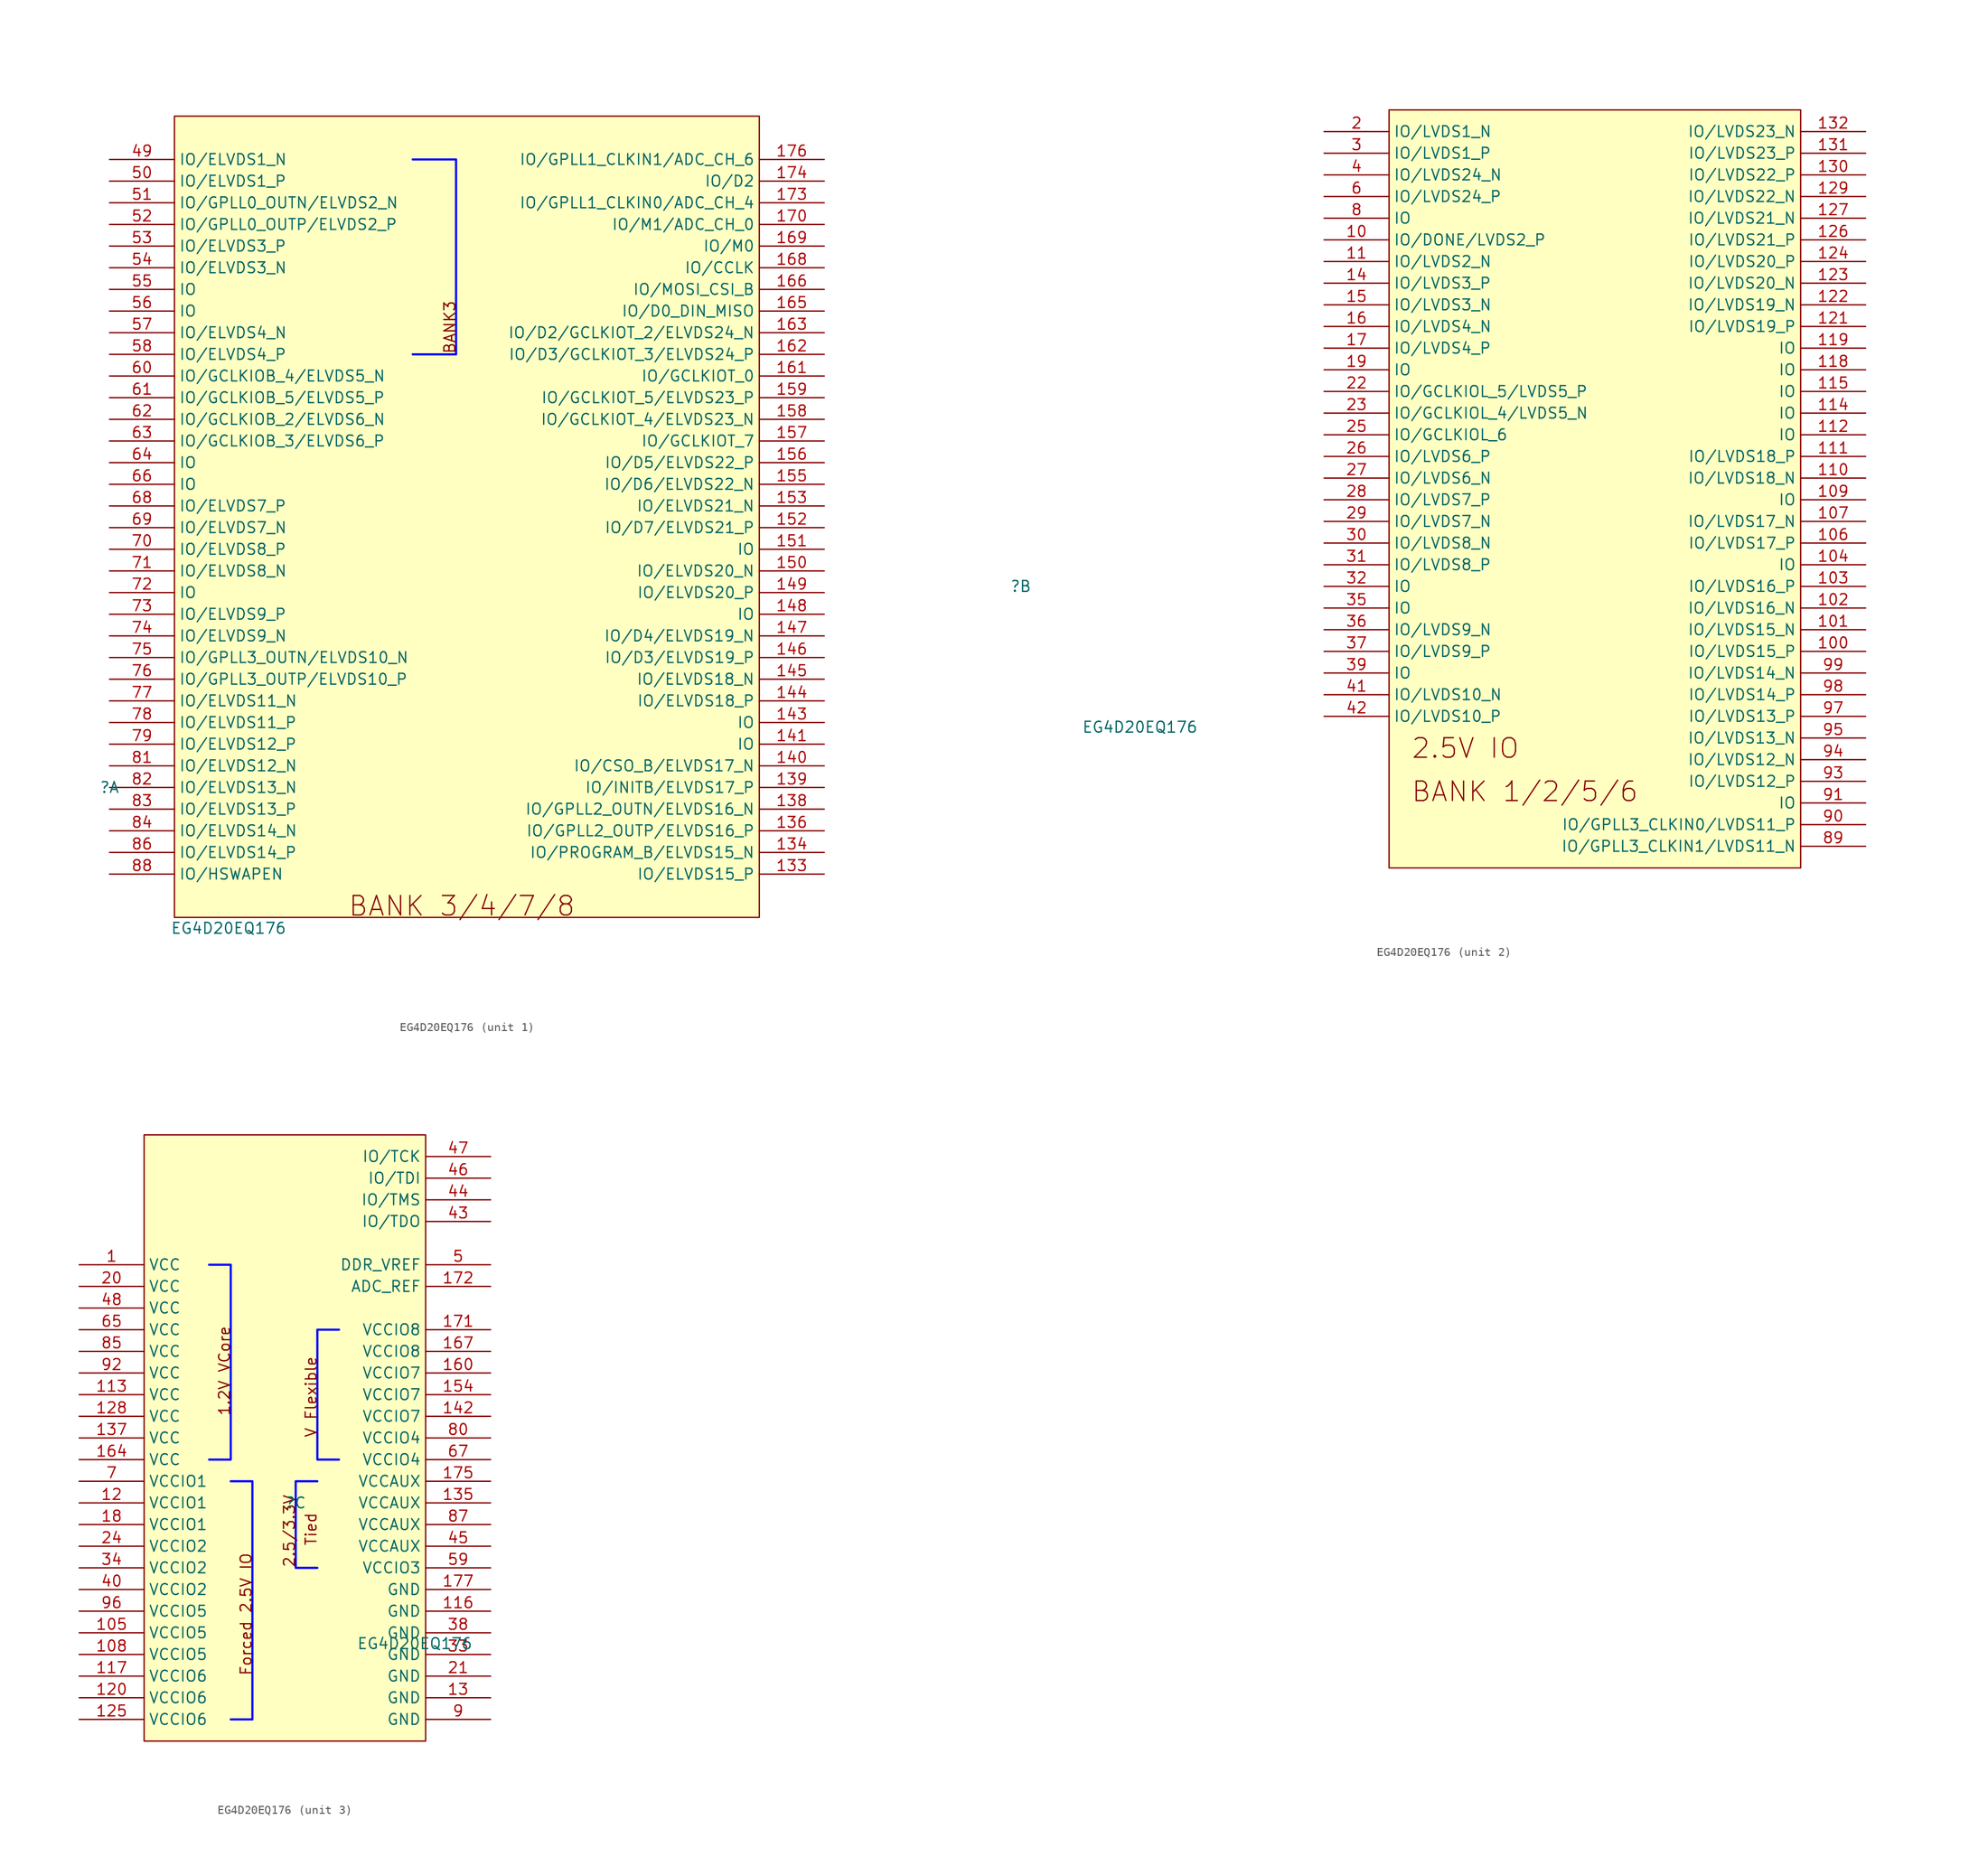
<source format=kicad_sym>
(kicad_symbol_lib
  (version 20220914)
  (generator kicad_symbol_editor)
  (symbol "EG4D20EQ176"
    (property "Reference" ""
      (at 0 0 0)
      (effects (font (size 1.27 1.27))))
    (property "Value" "EG4D20EQ176"
      (at 13.97 -16.51 0)
      (effects (font (size 1.27 1.27))))
    (symbol "EG4D20EQ176_1_0"
      (polyline (pts (xy 35.56 73.66) (xy 40.64 73.66) (xy 40.64 50.8) (xy 35.56 50.8)) (stroke (width 0.254) (type solid) (color 0 0 255 1)) (fill (type none)))
      (rectangle (start 7.62 78.74) (end 76.2 -15.24) (stroke (width 0) (type solid)) (fill (type background)))
      (text "BANK 3/4/7/8" (at 27.94 -15.24 0) (effects (font (size 2.286 2.286)) (justify left bottom)))
      (text "BANK3" (at 40.64 50.8 900) (effects (font (size 1.27 1.27)) (justify left bottom)))
      (pin passive line (at 83.82 -10.16 180) (length 7.62) (name "IO/ELVDS15_P" (effects (font (size 1.27 1.27)))) (number "133" (effects (font (size 1.27 1.27)))))
      (pin passive line (at 83.82 -7.62 180) (length 7.62) (name "IO/PROGRAM_B/ELVDS15_N" (effects (font (size 1.27 1.27)))) (number "134" (effects (font (size 1.27 1.27)))))
      (pin passive line (at 83.82 -5.08 180) (length 7.62) (name "IO/GPLL2_OUTP/ELVDS16_P" (effects (font (size 1.27 1.27)))) (number "136" (effects (font (size 1.27 1.27)))))
      (pin passive line (at 83.82 -2.54 180) (length 7.62) (name "IO/GPLL2_OUTN/ELVDS16_N" (effects (font (size 1.27 1.27)))) (number "138" (effects (font (size 1.27 1.27)))))
      (pin passive line (at 83.82 0 180) (length 7.62) (name "IO/INITB/ELVDS17_P" (effects (font (size 1.27 1.27)))) (number "139" (effects (font (size 1.27 1.27)))))
      (pin passive line (at 83.82 2.54 180) (length 7.62) (name "IO/CSO_B/ELVDS17_N" (effects (font (size 1.27 1.27)))) (number "140" (effects (font (size 1.27 1.27)))))
      (pin passive line (at 83.82 5.08 180) (length 7.62) (name "IO" (effects (font (size 1.27 1.27)))) (number "141" (effects (font (size 1.27 1.27)))))
      (pin passive line (at 83.82 7.62 180) (length 7.62) (name "IO" (effects (font (size 1.27 1.27)))) (number "143" (effects (font (size 1.27 1.27)))))
      (pin passive line (at 83.82 10.16 180) (length 7.62) (name "IO/ELVDS18_P" (effects (font (size 1.27 1.27)))) (number "144" (effects (font (size 1.27 1.27)))))
      (pin passive line (at 83.82 12.7 180) (length 7.62) (name "IO/ELVDS18_N" (effects (font (size 1.27 1.27)))) (number "145" (effects (font (size 1.27 1.27)))))
      (pin passive line (at 83.82 15.24 180) (length 7.62) (name "IO/D3/ELVDS19_P" (effects (font (size 1.27 1.27)))) (number "146" (effects (font (size 1.27 1.27)))))
      (pin passive line (at 83.82 17.78 180) (length 7.62) (name "IO/D4/ELVDS19_N" (effects (font (size 1.27 1.27)))) (number "147" (effects (font (size 1.27 1.27)))))
      (pin passive line (at 83.82 20.32 180) (length 7.62) (name "IO" (effects (font (size 1.27 1.27)))) (number "148" (effects (font (size 1.27 1.27)))))
      (pin passive line (at 83.82 22.86 180) (length 7.62) (name "IO/ELVDS20_P" (effects (font (size 1.27 1.27)))) (number "149" (effects (font (size 1.27 1.27)))))
      (pin passive line (at 83.82 25.4 180) (length 7.62) (name "IO/ELVDS20_N" (effects (font (size 1.27 1.27)))) (number "150" (effects (font (size 1.27 1.27)))))
      (pin passive line (at 83.82 27.94 180) (length 7.62) (name "IO" (effects (font (size 1.27 1.27)))) (number "151" (effects (font (size 1.27 1.27)))))
      (pin passive line (at 83.82 30.48 180) (length 7.62) (name "IO/D7/ELVDS21_P" (effects (font (size 1.27 1.27)))) (number "152" (effects (font (size 1.27 1.27)))))
      (pin passive line (at 83.82 33.02 180) (length 7.62) (name "IO/ELVDS21_N" (effects (font (size 1.27 1.27)))) (number "153" (effects (font (size 1.27 1.27)))))
      (pin passive line (at 83.82 35.56 180) (length 7.62) (name "IO/D6/ELVDS22_N" (effects (font (size 1.27 1.27)))) (number "155" (effects (font (size 1.27 1.27)))))
      (pin passive line (at 83.82 38.1 180) (length 7.62) (name "IO/D5/ELVDS22_P" (effects (font (size 1.27 1.27)))) (number "156" (effects (font (size 1.27 1.27)))))
      (pin passive line (at 83.82 40.64 180) (length 7.62) (name "IO/GCLKIOT_7" (effects (font (size 1.27 1.27)))) (number "157" (effects (font (size 1.27 1.27)))))
      (pin passive line (at 83.82 43.18 180) (length 7.62) (name "IO/GCLKIOT_4/ELVDS23_N" (effects (font (size 1.27 1.27)))) (number "158" (effects (font (size 1.27 1.27)))))
      (pin passive line (at 83.82 45.72 180) (length 7.62) (name "IO/GCLKIOT_5/ELVDS23_P" (effects (font (size 1.27 1.27)))) (number "159" (effects (font (size 1.27 1.27)))))
      (pin passive line (at 83.82 48.26 180) (length 7.62) (name "IO/GCLKIOT_0" (effects (font (size 1.27 1.27)))) (number "161" (effects (font (size 1.27 1.27)))))
      (pin passive line (at 83.82 50.8 180) (length 7.62) (name "IO/D3/GCLKIOT_3/ELVDS24_P" (effects (font (size 1.27 1.27)))) (number "162" (effects (font (size 1.27 1.27)))))
      (pin passive line (at 83.82 53.34 180) (length 7.62) (name "IO/D2/GCLKIOT_2/ELVDS24_N" (effects (font (size 1.27 1.27)))) (number "163" (effects (font (size 1.27 1.27)))))
      (pin passive line (at 83.82 55.88 180) (length 7.62) (name "IO/D0_DIN_MISO" (effects (font (size 1.27 1.27)))) (number "165" (effects (font (size 1.27 1.27)))))
      (pin passive line (at 83.82 58.42 180) (length 7.62) (name "IO/MOSI_CSI_B" (effects (font (size 1.27 1.27)))) (number "166" (effects (font (size 1.27 1.27)))))
      (pin passive line (at 83.82 60.96 180) (length 7.62) (name "IO/CCLK" (effects (font (size 1.27 1.27)))) (number "168" (effects (font (size 1.27 1.27)))))
      (pin passive line (at 83.82 63.5 180) (length 7.62) (name "IO/M0" (effects (font (size 1.27 1.27)))) (number "169" (effects (font (size 1.27 1.27)))))
      (pin passive line (at 83.82 66.04 180) (length 7.62) (name "IO/M1/ADC_CH_0" (effects (font (size 1.27 1.27)))) (number "170" (effects (font (size 1.27 1.27)))))
      (pin passive line (at 83.82 68.58 180) (length 7.62) (name "IO/GPLL1_CLKIN0/ADC_CH_4" (effects (font (size 1.27 1.27)))) (number "173" (effects (font (size 1.27 1.27)))))
      (pin passive line (at 83.82 71.12 180) (length 7.62) (name "IO/D2" (effects (font (size 1.27 1.27)))) (number "174" (effects (font (size 1.27 1.27)))))
      (pin passive line (at 83.82 73.66 180) (length 7.62) (name "IO/GPLL1_CLKIN1/ADC_CH_6" (effects (font (size 1.27 1.27)))) (number "176" (effects (font (size 1.27 1.27)))))
      (pin passive line (at 0 73.66 0) (length 7.62) (name "IO/ELVDS1_N" (effects (font (size 1.27 1.27)))) (number "49" (effects (font (size 1.27 1.27)))))
      (pin passive line (at 0 71.12 0) (length 7.62) (name "IO/ELVDS1_P" (effects (font (size 1.27 1.27)))) (number "50" (effects (font (size 1.27 1.27)))))
      (pin passive line (at 0 68.58 0) (length 7.62) (name "IO/GPLL0_OUTN/ELVDS2_N" (effects (font (size 1.27 1.27)))) (number "51" (effects (font (size 1.27 1.27)))))
      (pin passive line (at 0 66.04 0) (length 7.62) (name "IO/GPLL0_OUTP/ELVDS2_P" (effects (font (size 1.27 1.27)))) (number "52" (effects (font (size 1.27 1.27)))))
      (pin passive line (at 0 63.5 0) (length 7.62) (name "IO/ELVDS3_P" (effects (font (size 1.27 1.27)))) (number "53" (effects (font (size 1.27 1.27)))))
      (pin passive line (at 0 60.96 0) (length 7.62) (name "IO/ELVDS3_N" (effects (font (size 1.27 1.27)))) (number "54" (effects (font (size 1.27 1.27)))))
      (pin passive line (at 0 58.42 0) (length 7.62) (name "IO" (effects (font (size 1.27 1.27)))) (number "55" (effects (font (size 1.27 1.27)))))
      (pin passive line (at 0 55.88 0) (length 7.62) (name "IO" (effects (font (size 1.27 1.27)))) (number "56" (effects (font (size 1.27 1.27)))))
      (pin passive line (at 0 53.34 0) (length 7.62) (name "IO/ELVDS4_N" (effects (font (size 1.27 1.27)))) (number "57" (effects (font (size 1.27 1.27)))))
      (pin passive line (at 0 50.8 0) (length 7.62) (name "IO/ELVDS4_P" (effects (font (size 1.27 1.27)))) (number "58" (effects (font (size 1.27 1.27)))))
      (pin passive line (at 0 48.26 0) (length 7.62) (name "IO/GCLKIOB_4/ELVDS5_N" (effects (font (size 1.27 1.27)))) (number "60" (effects (font (size 1.27 1.27)))))
      (pin passive line (at 0 45.72 0) (length 7.62) (name "IO/GCLKIOB_5/ELVDS5_P" (effects (font (size 1.27 1.27)))) (number "61" (effects (font (size 1.27 1.27)))))
      (pin passive line (at 0 43.18 0) (length 7.62) (name "IO/GCLKIOB_2/ELVDS6_N" (effects (font (size 1.27 1.27)))) (number "62" (effects (font (size 1.27 1.27)))))
      (pin passive line (at 0 40.64 0) (length 7.62) (name "IO/GCLKIOB_3/ELVDS6_P" (effects (font (size 1.27 1.27)))) (number "63" (effects (font (size 1.27 1.27)))))
      (pin passive line (at 0 38.1 0) (length 7.62) (name "IO" (effects (font (size 1.27 1.27)))) (number "64" (effects (font (size 1.27 1.27)))))
      (pin passive line (at 0 35.56 0) (length 7.62) (name "IO" (effects (font (size 1.27 1.27)))) (number "66" (effects (font (size 1.27 1.27)))))
      (pin passive line (at 0 33.02 0) (length 7.62) (name "IO/ELVDS7_P" (effects (font (size 1.27 1.27)))) (number "68" (effects (font (size 1.27 1.27)))))
      (pin passive line (at 0 30.48 0) (length 7.62) (name "IO/ELVDS7_N" (effects (font (size 1.27 1.27)))) (number "69" (effects (font (size 1.27 1.27)))))
      (pin passive line (at 0 27.94 0) (length 7.62) (name "IO/ELVDS8_P" (effects (font (size 1.27 1.27)))) (number "70" (effects (font (size 1.27 1.27)))))
      (pin passive line (at 0 25.4 0) (length 7.62) (name "IO/ELVDS8_N" (effects (font (size 1.27 1.27)))) (number "71" (effects (font (size 1.27 1.27)))))
      (pin passive line (at 0 22.86 0) (length 7.62) (name "IO" (effects (font (size 1.27 1.27)))) (number "72" (effects (font (size 1.27 1.27)))))
      (pin passive line (at 0 20.32 0) (length 7.62) (name "IO/ELVDS9_P" (effects (font (size 1.27 1.27)))) (number "73" (effects (font (size 1.27 1.27)))))
      (pin passive line (at 0 17.78 0) (length 7.62) (name "IO/ELVDS9_N" (effects (font (size 1.27 1.27)))) (number "74" (effects (font (size 1.27 1.27)))))
      (pin passive line (at 0 15.24 0) (length 7.62) (name "IO/GPLL3_OUTN/ELVDS10_N" (effects (font (size 1.27 1.27)))) (number "75" (effects (font (size 1.27 1.27)))))
      (pin passive line (at 0 12.7 0) (length 7.62) (name "IO/GPLL3_OUTP/ELVDS10_P" (effects (font (size 1.27 1.27)))) (number "76" (effects (font (size 1.27 1.27)))))
      (pin passive line (at 0 10.16 0) (length 7.62) (name "IO/ELVDS11_N" (effects (font (size 1.27 1.27)))) (number "77" (effects (font (size 1.27 1.27)))))
      (pin passive line (at 0 7.62 0) (length 7.62) (name "IO/ELVDS11_P" (effects (font (size 1.27 1.27)))) (number "78" (effects (font (size 1.27 1.27)))))
      (pin passive line (at 0 5.08 0) (length 7.62) (name "IO/ELVDS12_P" (effects (font (size 1.27 1.27)))) (number "79" (effects (font (size 1.27 1.27)))))
      (pin passive line (at 0 2.54 0) (length 7.62) (name "IO/ELVDS12_N" (effects (font (size 1.27 1.27)))) (number "81" (effects (font (size 1.27 1.27)))))
      (pin passive line (at 0 0 0) (length 7.62) (name "IO/ELVDS13_N" (effects (font (size 1.27 1.27)))) (number "82" (effects (font (size 1.27 1.27)))))
      (pin passive line (at 0 -2.54 0) (length 7.62) (name "IO/ELVDS13_P" (effects (font (size 1.27 1.27)))) (number "83" (effects (font (size 1.27 1.27)))))
      (pin passive line (at 0 -5.08 0) (length 7.62) (name "IO/ELVDS14_N" (effects (font (size 1.27 1.27)))) (number "84" (effects (font (size 1.27 1.27)))))
      (pin passive line (at 0 -7.62 0) (length 7.62) (name "IO/ELVDS14_P" (effects (font (size 1.27 1.27)))) (number "86" (effects (font (size 1.27 1.27)))))
      (pin passive line (at 0 -10.16 0) (length 7.62) (name "IO/HSWAPEN" (effects (font (size 1.27 1.27)))) (number "88" (effects (font (size 1.27 1.27))))))
    (symbol "EG4D20EQ176_2_0"
      (rectangle (start 91.44 55.88) (end 43.18 -33.02) (stroke (width 0) (type solid)) (fill (type background)))
      (text "2.5V IO" (at 45.72 -20.32 0) (effects (font (size 2.286 2.286)) (justify left bottom)))
      (text "BANK 1/2/5/6" (at 45.72 -25.4 0) (effects (font (size 2.286 2.286)) (justify left bottom)))
      (pin passive line (at 35.56 40.64 0) (length 7.62) (name "IO/DONE/LVDS2_P" (effects (font (size 1.27 1.27)))) (number "10" (effects (font (size 1.27 1.27)))))
      (pin passive line (at 99.06 -7.62 180) (length 7.62) (name "IO/LVDS15_P" (effects (font (size 1.27 1.27)))) (number "100" (effects (font (size 1.27 1.27)))))
      (pin passive line (at 99.06 -5.08 180) (length 7.62) (name "IO/LVDS15_N" (effects (font (size 1.27 1.27)))) (number "101" (effects (font (size 1.27 1.27)))))
      (pin passive line (at 99.06 -2.54 180) (length 7.62) (name "IO/LVDS16_N" (effects (font (size 1.27 1.27)))) (number "102" (effects (font (size 1.27 1.27)))))
      (pin passive line (at 99.06 0 180) (length 7.62) (name "IO/LVDS16_P" (effects (font (size 1.27 1.27)))) (number "103" (effects (font (size 1.27 1.27)))))
      (pin passive line (at 99.06 2.54 180) (length 7.62) (name "IO" (effects (font (size 1.27 1.27)))) (number "104" (effects (font (size 1.27 1.27)))))
      (pin passive line (at 99.06 5.08 180) (length 7.62) (name "IO/LVDS17_P" (effects (font (size 1.27 1.27)))) (number "106" (effects (font (size 1.27 1.27)))))
      (pin passive line (at 99.06 7.62 180) (length 7.62) (name "IO/LVDS17_N" (effects (font (size 1.27 1.27)))) (number "107" (effects (font (size 1.27 1.27)))))
      (pin passive line (at 99.06 10.16 180) (length 7.62) (name "IO" (effects (font (size 1.27 1.27)))) (number "109" (effects (font (size 1.27 1.27)))))
      (pin passive line (at 35.56 38.1 0) (length 7.62) (name "IO/LVDS2_N" (effects (font (size 1.27 1.27)))) (number "11" (effects (font (size 1.27 1.27)))))
      (pin passive line (at 99.06 12.7 180) (length 7.62) (name "IO/LVDS18_N" (effects (font (size 1.27 1.27)))) (number "110" (effects (font (size 1.27 1.27)))))
      (pin passive line (at 99.06 15.24 180) (length 7.62) (name "IO/LVDS18_P" (effects (font (size 1.27 1.27)))) (number "111" (effects (font (size 1.27 1.27)))))
      (pin passive line (at 99.06 17.78 180) (length 7.62) (name "IO" (effects (font (size 1.27 1.27)))) (number "112" (effects (font (size 1.27 1.27)))))
      (pin passive line (at 99.06 20.32 180) (length 7.62) (name "IO" (effects (font (size 1.27 1.27)))) (number "114" (effects (font (size 1.27 1.27)))))
      (pin passive line (at 99.06 22.86 180) (length 7.62) (name "IO" (effects (font (size 1.27 1.27)))) (number "115" (effects (font (size 1.27 1.27)))))
      (pin passive line (at 99.06 25.4 180) (length 7.62) (name "IO" (effects (font (size 1.27 1.27)))) (number "118" (effects (font (size 1.27 1.27)))))
      (pin passive line (at 99.06 27.94 180) (length 7.62) (name "IO" (effects (font (size 1.27 1.27)))) (number "119" (effects (font (size 1.27 1.27)))))
      (pin passive line (at 99.06 30.48 180) (length 7.62) (name "IO/LVDS19_P" (effects (font (size 1.27 1.27)))) (number "121" (effects (font (size 1.27 1.27)))))
      (pin passive line (at 99.06 33.02 180) (length 7.62) (name "IO/LVDS19_N" (effects (font (size 1.27 1.27)))) (number "122" (effects (font (size 1.27 1.27)))))
      (pin passive line (at 99.06 35.56 180) (length 7.62) (name "IO/LVDS20_N" (effects (font (size 1.27 1.27)))) (number "123" (effects (font (size 1.27 1.27)))))
      (pin passive line (at 99.06 38.1 180) (length 7.62) (name "IO/LVDS20_P" (effects (font (size 1.27 1.27)))) (number "124" (effects (font (size 1.27 1.27)))))
      (pin passive line (at 99.06 40.64 180) (length 7.62) (name "IO/LVDS21_P" (effects (font (size 1.27 1.27)))) (number "126" (effects (font (size 1.27 1.27)))))
      (pin passive line (at 99.06 43.18 180) (length 7.62) (name "IO/LVDS21_N" (effects (font (size 1.27 1.27)))) (number "127" (effects (font (size 1.27 1.27)))))
      (pin passive line (at 99.06 45.72 180) (length 7.62) (name "IO/LVDS22_N" (effects (font (size 1.27 1.27)))) (number "129" (effects (font (size 1.27 1.27)))))
      (pin passive line (at 99.06 48.26 180) (length 7.62) (name "IO/LVDS22_P" (effects (font (size 1.27 1.27)))) (number "130" (effects (font (size 1.27 1.27)))))
      (pin passive line (at 99.06 50.8 180) (length 7.62) (name "IO/LVDS23_P" (effects (font (size 1.27 1.27)))) (number "131" (effects (font (size 1.27 1.27)))))
      (pin passive line (at 99.06 53.34 180) (length 7.62) (name "IO/LVDS23_N" (effects (font (size 1.27 1.27)))) (number "132" (effects (font (size 1.27 1.27)))))
      (pin passive line (at 35.56 35.56 0) (length 7.62) (name "IO/LVDS3_P" (effects (font (size 1.27 1.27)))) (number "14" (effects (font (size 1.27 1.27)))))
      (pin passive line (at 35.56 33.02 0) (length 7.62) (name "IO/LVDS3_N" (effects (font (size 1.27 1.27)))) (number "15" (effects (font (size 1.27 1.27)))))
      (pin passive line (at 35.56 30.48 0) (length 7.62) (name "IO/LVDS4_N" (effects (font (size 1.27 1.27)))) (number "16" (effects (font (size 1.27 1.27)))))
      (pin passive line (at 35.56 27.94 0) (length 7.62) (name "IO/LVDS4_P" (effects (font (size 1.27 1.27)))) (number "17" (effects (font (size 1.27 1.27)))))
      (pin passive line (at 35.56 25.4 0) (length 7.62) (name "IO" (effects (font (size 1.27 1.27)))) (number "19" (effects (font (size 1.27 1.27)))))
      (pin passive line (at 35.56 53.34 0) (length 7.62) (name "IO/LVDS1_N" (effects (font (size 1.27 1.27)))) (number "2" (effects (font (size 1.27 1.27)))))
      (pin passive line (at 35.56 22.86 0) (length 7.62) (name "IO/GCLKIOL_5/LVDS5_P" (effects (font (size 1.27 1.27)))) (number "22" (effects (font (size 1.27 1.27)))))
      (pin passive line (at 35.56 20.32 0) (length 7.62) (name "IO/GCLKIOL_4/LVDS5_N" (effects (font (size 1.27 1.27)))) (number "23" (effects (font (size 1.27 1.27)))))
      (pin passive line (at 35.56 17.78 0) (length 7.62) (name "IO/GCLKIOL_6" (effects (font (size 1.27 1.27)))) (number "25" (effects (font (size 1.27 1.27)))))
      (pin passive line (at 35.56 15.24 0) (length 7.62) (name "IO/LVDS6_P" (effects (font (size 1.27 1.27)))) (number "26" (effects (font (size 1.27 1.27)))))
      (pin passive line (at 35.56 12.7 0) (length 7.62) (name "IO/LVDS6_N" (effects (font (size 1.27 1.27)))) (number "27" (effects (font (size 1.27 1.27)))))
      (pin passive line (at 35.56 10.16 0) (length 7.62) (name "IO/LVDS7_P" (effects (font (size 1.27 1.27)))) (number "28" (effects (font (size 1.27 1.27)))))
      (pin passive line (at 35.56 7.62 0) (length 7.62) (name "IO/LVDS7_N" (effects (font (size 1.27 1.27)))) (number "29" (effects (font (size 1.27 1.27)))))
      (pin passive line (at 35.56 50.8 0) (length 7.62) (name "IO/LVDS1_P" (effects (font (size 1.27 1.27)))) (number "3" (effects (font (size 1.27 1.27)))))
      (pin passive line (at 35.56 5.08 0) (length 7.62) (name "IO/LVDS8_N" (effects (font (size 1.27 1.27)))) (number "30" (effects (font (size 1.27 1.27)))))
      (pin passive line (at 35.56 2.54 0) (length 7.62) (name "IO/LVDS8_P" (effects (font (size 1.27 1.27)))) (number "31" (effects (font (size 1.27 1.27)))))
      (pin passive line (at 35.56 0 0) (length 7.62) (name "IO" (effects (font (size 1.27 1.27)))) (number "32" (effects (font (size 1.27 1.27)))))
      (pin passive line (at 35.56 -2.54 0) (length 7.62) (name "IO" (effects (font (size 1.27 1.27)))) (number "35" (effects (font (size 1.27 1.27)))))
      (pin passive line (at 35.56 -5.08 0) (length 7.62) (name "IO/LVDS9_N" (effects (font (size 1.27 1.27)))) (number "36" (effects (font (size 1.27 1.27)))))
      (pin passive line (at 35.56 -7.62 0) (length 7.62) (name "IO/LVDS9_P" (effects (font (size 1.27 1.27)))) (number "37" (effects (font (size 1.27 1.27)))))
      (pin passive line (at 35.56 -10.16 0) (length 7.62) (name "IO" (effects (font (size 1.27 1.27)))) (number "39" (effects (font (size 1.27 1.27)))))
      (pin passive line (at 35.56 48.26 0) (length 7.62) (name "IO/LVDS24_N" (effects (font (size 1.27 1.27)))) (number "4" (effects (font (size 1.27 1.27)))))
      (pin passive line (at 35.56 -12.7 0) (length 7.62) (name "IO/LVDS10_N" (effects (font (size 1.27 1.27)))) (number "41" (effects (font (size 1.27 1.27)))))
      (pin passive line (at 35.56 -15.24 0) (length 7.62) (name "IO/LVDS10_P" (effects (font (size 1.27 1.27)))) (number "42" (effects (font (size 1.27 1.27)))))
      (pin passive line (at 35.56 45.72 0) (length 7.62) (name "IO/LVDS24_P" (effects (font (size 1.27 1.27)))) (number "6" (effects (font (size 1.27 1.27)))))
      (pin passive line (at 35.56 43.18 0) (length 7.62) (name "IO" (effects (font (size 1.27 1.27)))) (number "8" (effects (font (size 1.27 1.27)))))
      (pin passive line (at 99.06 -30.48 180) (length 7.62) (name "IO/GPLL3_CLKIN1/LVDS11_N" (effects (font (size 1.27 1.27)))) (number "89" (effects (font (size 1.27 1.27)))))
      (pin passive line (at 99.06 -27.94 180) (length 7.62) (name "IO/GPLL3_CLKIN0/LVDS11_P" (effects (font (size 1.27 1.27)))) (number "90" (effects (font (size 1.27 1.27)))))
      (pin passive line (at 99.06 -25.4 180) (length 7.62) (name "IO" (effects (font (size 1.27 1.27)))) (number "91" (effects (font (size 1.27 1.27)))))
      (pin passive line (at 99.06 -22.86 180) (length 7.62) (name "IO/LVDS12_P" (effects (font (size 1.27 1.27)))) (number "93" (effects (font (size 1.27 1.27)))))
      (pin passive line (at 99.06 -20.32 180) (length 7.62) (name "IO/LVDS12_N" (effects (font (size 1.27 1.27)))) (number "94" (effects (font (size 1.27 1.27)))))
      (pin passive line (at 99.06 -17.78 180) (length 7.62) (name "IO/LVDS13_N" (effects (font (size 1.27 1.27)))) (number "95" (effects (font (size 1.27 1.27)))))
      (pin passive line (at 99.06 -15.24 180) (length 7.62) (name "IO/LVDS13_P" (effects (font (size 1.27 1.27)))) (number "97" (effects (font (size 1.27 1.27)))))
      (pin passive line (at 99.06 -12.7 180) (length 7.62) (name "IO/LVDS14_P" (effects (font (size 1.27 1.27)))) (number "98" (effects (font (size 1.27 1.27)))))
      (pin passive line (at 99.06 -10.16 180) (length 7.62) (name "IO/LVDS14_N" (effects (font (size 1.27 1.27)))) (number "99" (effects (font (size 1.27 1.27))))))
    (symbol "EG4D20EQ176_3_0"
      (polyline (pts (xy -10.16 27.94) (xy -7.62 27.94) (xy -7.62 5.08) (xy -10.16 5.08)) (stroke (width 0.254) (type solid) (color 0 0 255 1)) (fill (type none)))
      (polyline (pts (xy -7.62 2.54) (xy -5.08 2.54) (xy -5.08 -25.4) (xy -7.62 -25.4)) (stroke (width 0.254) (type solid) (color 0 0 255 1)) (fill (type none)))
      (polyline (pts (xy 2.54 2.54) (xy 0 2.54) (xy 0 -7.62) (xy 2.54 -7.62)) (stroke (width 0.254) (type solid) (color 0 0 255 1)) (fill (type none)))
      (polyline (pts (xy 5.08 20.32) (xy 2.54 20.32) (xy 2.54 5.08) (xy 5.08 5.08)) (stroke (width 0.254) (type solid) (color 0 0 255 1)) (fill (type none)))
      (rectangle (start 15.24 43.18) (end -17.78 -27.94) (stroke (width 0) (type solid)) (fill (type background)))
      (text "1.2V VCore" (at -7.62 10.16 900) (effects (font (size 1.27 1.27)) (justify left bottom)))
      (text "2.5/3.3V" (at 0 -7.62 900) (effects (font (size 1.27 1.27)) (justify left bottom)))
      (text "Forced 2.5V IO" (at -5.08 -20.32 900) (effects (font (size 1.27 1.27)) (justify left bottom)))
      (text "Tied" (at 2.54 -5.08 900) (effects (font (size 1.27 1.27)) (justify left bottom)))
      (text "V Flexible" (at 2.54 7.62 900) (effects (font (size 1.27 1.27)) (justify left bottom)))
      (pin passive line (at -25.4 27.94 0) (length 7.62) (name "VCC" (effects (font (size 1.27 1.27)))) (number "1" (effects (font (size 1.27 1.27)))))
      (pin passive line (at -25.4 -15.24 0) (length 7.62) (name "VCCIO5" (effects (font (size 1.27 1.27)))) (number "105" (effects (font (size 1.27 1.27)))))
      (pin passive line (at -25.4 -17.78 0) (length 7.62) (name "VCCIO5" (effects (font (size 1.27 1.27)))) (number "108" (effects (font (size 1.27 1.27)))))
      (pin passive line (at -25.4 12.7 0) (length 7.62) (name "VCC" (effects (font (size 1.27 1.27)))) (number "113" (effects (font (size 1.27 1.27)))))
      (pin passive line (at 22.86 -12.7 180) (length 7.62) (name "GND" (effects (font (size 1.27 1.27)))) (number "116" (effects (font (size 1.27 1.27)))))
      (pin passive line (at -25.4 -20.32 0) (length 7.62) (name "VCCIO6" (effects (font (size 1.27 1.27)))) (number "117" (effects (font (size 1.27 1.27)))))
      (pin passive line (at -25.4 0 0) (length 7.62) (name "VCCIO1" (effects (font (size 1.27 1.27)))) (number "12" (effects (font (size 1.27 1.27)))))
      (pin passive line (at -25.4 -22.86 0) (length 7.62) (name "VCCIO6" (effects (font (size 1.27 1.27)))) (number "120" (effects (font (size 1.27 1.27)))))
      (pin passive line (at -25.4 -25.4 0) (length 7.62) (name "VCCIO6" (effects (font (size 1.27 1.27)))) (number "125" (effects (font (size 1.27 1.27)))))
      (pin passive line (at -25.4 10.16 0) (length 7.62) (name "VCC" (effects (font (size 1.27 1.27)))) (number "128" (effects (font (size 1.27 1.27)))))
      (pin passive line (at 22.86 -22.86 180) (length 7.62) (name "GND" (effects (font (size 1.27 1.27)))) (number "13" (effects (font (size 1.27 1.27)))))
      (pin passive line (at 22.86 0 180) (length 7.62) (name "VCCAUX" (effects (font (size 1.27 1.27)))) (number "135" (effects (font (size 1.27 1.27)))))
      (pin passive line (at -25.4 7.62 0) (length 7.62) (name "VCC" (effects (font (size 1.27 1.27)))) (number "137" (effects (font (size 1.27 1.27)))))
      (pin passive line (at 22.86 10.16 180) (length 7.62) (name "VCCIO7" (effects (font (size 1.27 1.27)))) (number "142" (effects (font (size 1.27 1.27)))))
      (pin passive line (at 22.86 12.7 180) (length 7.62) (name "VCCIO7" (effects (font (size 1.27 1.27)))) (number "154" (effects (font (size 1.27 1.27)))))
      (pin passive line (at 22.86 15.24 180) (length 7.62) (name "VCCIO7" (effects (font (size 1.27 1.27)))) (number "160" (effects (font (size 1.27 1.27)))))
      (pin passive line (at -25.4 5.08 0) (length 7.62) (name "VCC" (effects (font (size 1.27 1.27)))) (number "164" (effects (font (size 1.27 1.27)))))
      (pin passive line (at 22.86 17.78 180) (length 7.62) (name "VCCIO8" (effects (font (size 1.27 1.27)))) (number "167" (effects (font (size 1.27 1.27)))))
      (pin passive line (at 22.86 20.32 180) (length 7.62) (name "VCCIO8" (effects (font (size 1.27 1.27)))) (number "171" (effects (font (size 1.27 1.27)))))
      (pin passive line (at 22.86 25.4 180) (length 7.62) (name "ADC_REF" (effects (font (size 1.27 1.27)))) (number "172" (effects (font (size 1.27 1.27)))))
      (pin passive line (at 22.86 2.54 180) (length 7.62) (name "VCCAUX" (effects (font (size 1.27 1.27)))) (number "175" (effects (font (size 1.27 1.27)))))
      (pin passive line (at 22.86 -10.16 180) (length 7.62) (name "GND" (effects (font (size 1.27 1.27)))) (number "177" (effects (font (size 1.27 1.27)))))
      (pin passive line (at -25.4 -2.54 0) (length 7.62) (name "VCCIO1" (effects (font (size 1.27 1.27)))) (number "18" (effects (font (size 1.27 1.27)))))
      (pin passive line (at -25.4 25.4 0) (length 7.62) (name "VCC" (effects (font (size 1.27 1.27)))) (number "20" (effects (font (size 1.27 1.27)))))
      (pin passive line (at 22.86 -20.32 180) (length 7.62) (name "GND" (effects (font (size 1.27 1.27)))) (number "21" (effects (font (size 1.27 1.27)))))
      (pin passive line (at -25.4 -5.08 0) (length 7.62) (name "VCCIO2" (effects (font (size 1.27 1.27)))) (number "24" (effects (font (size 1.27 1.27)))))
      (pin passive line (at 22.86 -17.78 180) (length 7.62) (name "GND" (effects (font (size 1.27 1.27)))) (number "33" (effects (font (size 1.27 1.27)))))
      (pin passive line (at -25.4 -7.62 0) (length 7.62) (name "VCCIO2" (effects (font (size 1.27 1.27)))) (number "34" (effects (font (size 1.27 1.27)))))
      (pin passive line (at 22.86 -15.24 180) (length 7.62) (name "GND" (effects (font (size 1.27 1.27)))) (number "38" (effects (font (size 1.27 1.27)))))
      (pin passive line (at -25.4 -10.16 0) (length 7.62) (name "VCCIO2" (effects (font (size 1.27 1.27)))) (number "40" (effects (font (size 1.27 1.27)))))
      (pin passive line (at 22.86 33.02 180) (length 7.62) (name "IO/TDO" (effects (font (size 1.27 1.27)))) (number "43" (effects (font (size 1.27 1.27)))))
      (pin passive line (at 22.86 35.56 180) (length 7.62) (name "IO/TMS" (effects (font (size 1.27 1.27)))) (number "44" (effects (font (size 1.27 1.27)))))
      (pin passive line (at 22.86 -5.08 180) (length 7.62) (name "VCCAUX" (effects (font (size 1.27 1.27)))) (number "45" (effects (font (size 1.27 1.27)))))
      (pin passive line (at 22.86 38.1 180) (length 7.62) (name "IO/TDI" (effects (font (size 1.27 1.27)))) (number "46" (effects (font (size 1.27 1.27)))))
      (pin passive line (at 22.86 40.64 180) (length 7.62) (name "IO/TCK" (effects (font (size 1.27 1.27)))) (number "47" (effects (font (size 1.27 1.27)))))
      (pin passive line (at -25.4 22.86 0) (length 7.62) (name "VCC" (effects (font (size 1.27 1.27)))) (number "48" (effects (font (size 1.27 1.27)))))
      (pin passive line (at 22.86 27.94 180) (length 7.62) (name "DDR_VREF" (effects (font (size 1.27 1.27)))) (number "5" (effects (font (size 1.27 1.27)))))
      (pin passive line (at 22.86 -7.62 180) (length 7.62) (name "VCCIO3" (effects (font (size 1.27 1.27)))) (number "59" (effects (font (size 1.27 1.27)))))
      (pin passive line (at -25.4 20.32 0) (length 7.62) (name "VCC" (effects (font (size 1.27 1.27)))) (number "65" (effects (font (size 1.27 1.27)))))
      (pin passive line (at 22.86 5.08 180) (length 7.62) (name "VCCIO4" (effects (font (size 1.27 1.27)))) (number "67" (effects (font (size 1.27 1.27)))))
      (pin passive line (at -25.4 2.54 0) (length 7.62) (name "VCCIO1" (effects (font (size 1.27 1.27)))) (number "7" (effects (font (size 1.27 1.27)))))
      (pin passive line (at 22.86 7.62 180) (length 7.62) (name "VCCIO4" (effects (font (size 1.27 1.27)))) (number "80" (effects (font (size 1.27 1.27)))))
      (pin passive line (at -25.4 17.78 0) (length 7.62) (name "VCC" (effects (font (size 1.27 1.27)))) (number "85" (effects (font (size 1.27 1.27)))))
      (pin passive line (at 22.86 -2.54 180) (length 7.62) (name "VCCAUX" (effects (font (size 1.27 1.27)))) (number "87" (effects (font (size 1.27 1.27)))))
      (pin passive line (at 22.86 -25.4 180) (length 7.62) (name "GND" (effects (font (size 1.27 1.27)))) (number "9" (effects (font (size 1.27 1.27)))))
      (pin passive line (at -25.4 15.24 0) (length 7.62) (name "VCC" (effects (font (size 1.27 1.27)))) (number "92" (effects (font (size 1.27 1.27)))))
      (pin passive line (at -25.4 -12.7 0) (length 7.62) (name "VCCIO5" (effects (font (size 1.27 1.27)))) (number "96" (effects (font (size 1.27 1.27))))))))
</source>
